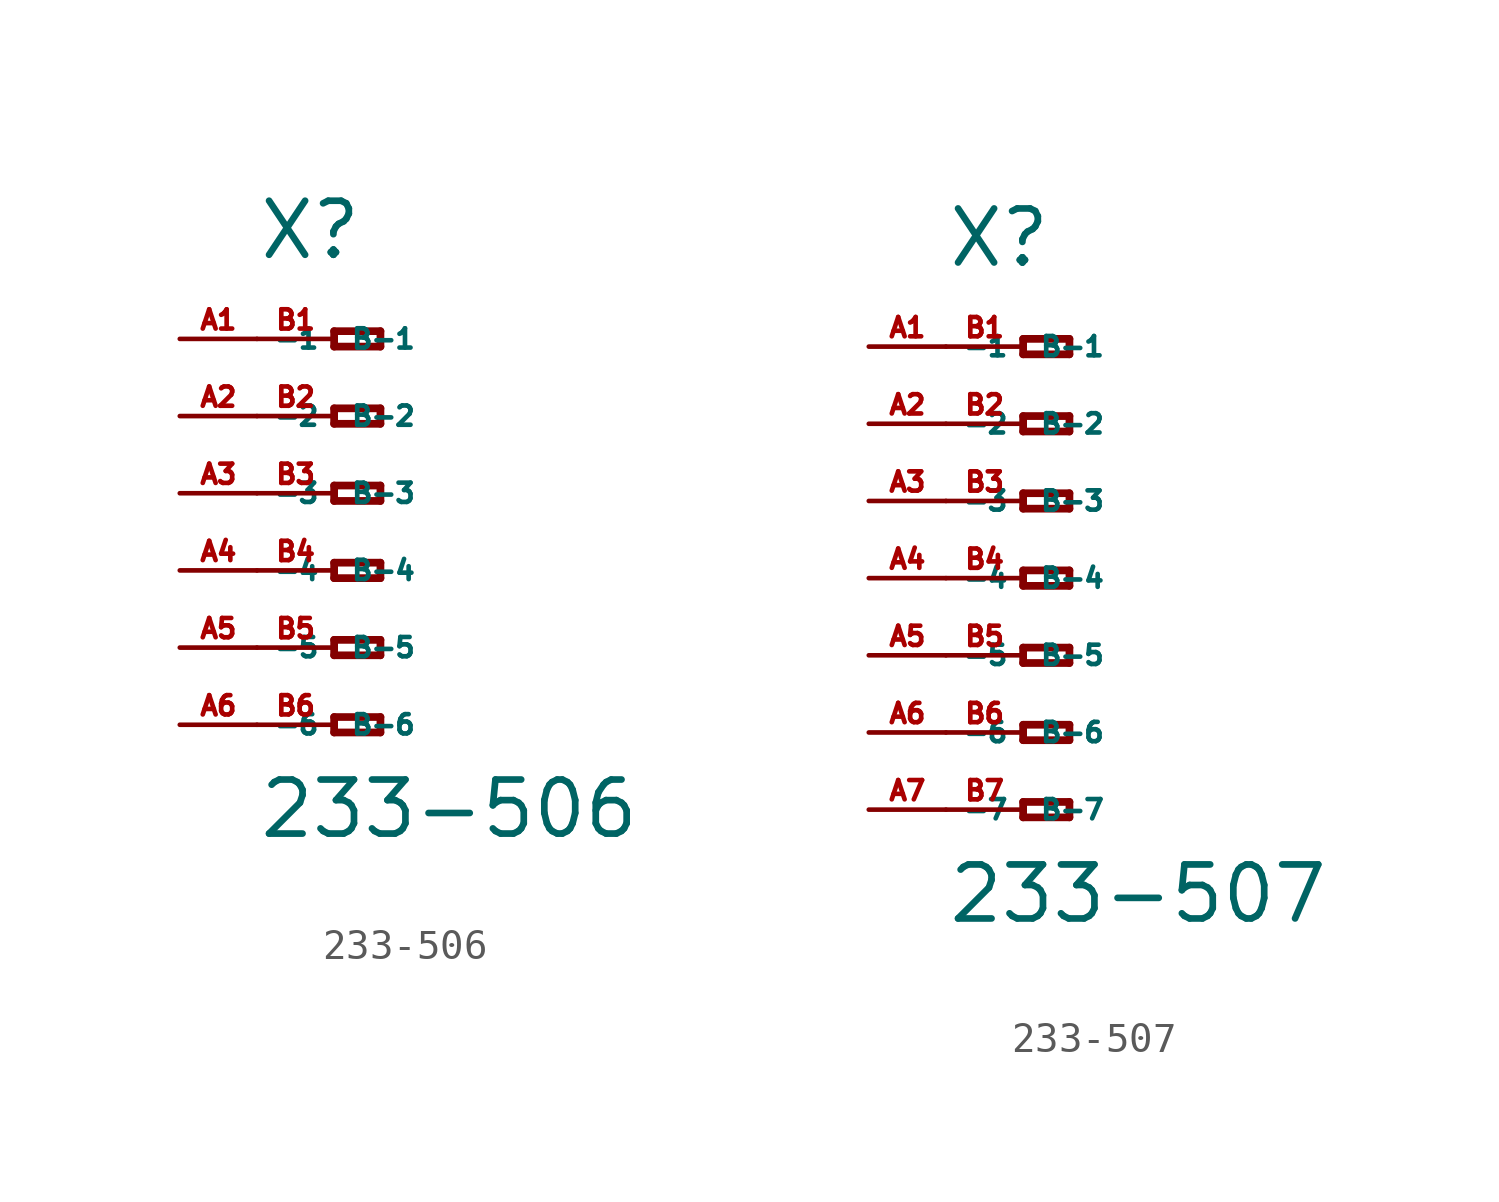
<source format=kicad_sym>
(kicad_symbol_lib
  (version 20220914)
  (generator Eagle2Kicad)
  (symbol "233-506"
    (property "Reference" "X"
      (at -5.08 7.62 0)
      (effects (font (size 1.778 1.778) (thickness 0.22)) (justify left bottom)))
    (property "Value" "233-506"
      (at -5.08 -11.43 0)
      (effects (font (size 1.778 1.778) (thickness 0.22)) (justify left bottom)))
    (polyline
      (pts (xy -2.54 5.334) (xy -2.54 4.826))
      (stroke (width 0.254) (type default))
      (fill (type none)))
    (polyline
      (pts (xy -2.54 4.826) (xy -1.016 4.826))
      (stroke (width 0.254) (type default))
      (fill (type none)))
    (polyline
      (pts (xy -1.016 4.826) (xy -1.016 5.334))
      (stroke (width 0.254) (type default))
      (fill (type none)))
    (polyline
      (pts (xy -1.016 5.334) (xy -2.54 5.334))
      (stroke (width 0.254) (type default))
      (fill (type none)))
    (polyline
      (pts (xy -2.54 2.794) (xy -2.54 2.286))
      (stroke (width 0.254) (type default))
      (fill (type none)))
    (polyline
      (pts (xy -2.54 2.286) (xy -1.016 2.286))
      (stroke (width 0.254) (type default))
      (fill (type none)))
    (polyline
      (pts (xy -1.016 2.286) (xy -1.016 2.794))
      (stroke (width 0.254) (type default))
      (fill (type none)))
    (polyline
      (pts (xy -1.016 2.794) (xy -2.54 2.794))
      (stroke (width 0.254) (type default))
      (fill (type none)))
    (polyline
      (pts (xy -2.54 0.254) (xy -2.54 -0.254))
      (stroke (width 0.254) (type default))
      (fill (type none)))
    (polyline
      (pts (xy -2.54 -0.254) (xy -1.016 -0.254))
      (stroke (width 0.254) (type default))
      (fill (type none)))
    (polyline
      (pts (xy -1.016 -0.254) (xy -1.016 0.254))
      (stroke (width 0.254) (type default))
      (fill (type none)))
    (polyline
      (pts (xy -1.016 0.254) (xy -2.54 0.254))
      (stroke (width 0.254) (type default))
      (fill (type none)))
    (polyline
      (pts (xy -2.54 -2.286) (xy -2.54 -2.794))
      (stroke (width 0.254) (type default))
      (fill (type none)))
    (polyline
      (pts (xy -2.54 -2.794) (xy -1.016 -2.794))
      (stroke (width 0.254) (type default))
      (fill (type none)))
    (polyline
      (pts (xy -1.016 -2.794) (xy -1.016 -2.286))
      (stroke (width 0.254) (type default))
      (fill (type none)))
    (polyline
      (pts (xy -1.016 -2.286) (xy -2.54 -2.286))
      (stroke (width 0.254) (type default))
      (fill (type none)))
    (polyline
      (pts (xy -2.54 -4.826) (xy -2.54 -5.334))
      (stroke (width 0.254) (type default))
      (fill (type none)))
    (polyline
      (pts (xy -2.54 -5.334) (xy -1.016 -5.334))
      (stroke (width 0.254) (type default))
      (fill (type none)))
    (polyline
      (pts (xy -1.016 -5.334) (xy -1.016 -4.826))
      (stroke (width 0.254) (type default))
      (fill (type none)))
    (polyline
      (pts (xy -1.016 -4.826) (xy -2.54 -4.826))
      (stroke (width 0.254) (type default))
      (fill (type none)))
    (polyline
      (pts (xy -2.54 -7.366) (xy -2.54 -7.874))
      (stroke (width 0.254) (type default))
      (fill (type none)))
    (polyline
      (pts (xy -2.54 -7.874) (xy -1.016 -7.874))
      (stroke (width 0.254) (type default))
      (fill (type none)))
    (polyline
      (pts (xy -1.016 -7.874) (xy -1.016 -7.366))
      (stroke (width 0.254) (type default))
      (fill (type none)))
    (polyline
      (pts (xy -1.016 -7.366) (xy -2.54 -7.366))
      (stroke (width 0.254) (type default))
      (fill (type none)))
    (pin passive line
      (at -7.62 5.08 0)
      (length 2.54)
      (name "-1" (effects (font (size 0.635 0.635) (thickness 0.08)) (justify left bottom)))
      (number "A1" (effects (font (size 0.635 0.635) (thickness 0.08)) (justify left bottom))))
    (pin passive line
      (at -7.62 2.54 0)
      (length 2.54)
      (name "-2" (effects (font (size 0.635 0.635) (thickness 0.08)) (justify left bottom)))
      (number "A2" (effects (font (size 0.635 0.635) (thickness 0.08)) (justify left bottom))))
    (pin passive line
      (at -7.62 0 0)
      (length 2.54)
      (name "-3" (effects (font (size 0.635 0.635) (thickness 0.08)) (justify left bottom)))
      (number "A3" (effects (font (size 0.635 0.635) (thickness 0.08)) (justify left bottom))))
    (pin passive line
      (at -7.62 -2.54 0)
      (length 2.54)
      (name "-4" (effects (font (size 0.635 0.635) (thickness 0.08)) (justify left bottom)))
      (number "A4" (effects (font (size 0.635 0.635) (thickness 0.08)) (justify left bottom))))
    (pin passive line
      (at -7.62 -5.08 0)
      (length 2.54)
      (name "-5" (effects (font (size 0.635 0.635) (thickness 0.08)) (justify left bottom)))
      (number "A5" (effects (font (size 0.635 0.635) (thickness 0.08)) (justify left bottom))))
    (pin passive line
      (at -7.62 -7.62 0)
      (length 2.54)
      (name "-6" (effects (font (size 0.635 0.635) (thickness 0.08)) (justify left bottom)))
      (number "A6" (effects (font (size 0.635 0.635) (thickness 0.08)) (justify left bottom))))
    (pin passive line
      (at -5.08 -7.62 0)
      (length 2.54)
      (name "B-6" (effects (font (size 0.635 0.635) (thickness 0.08)) (justify left bottom)))
      (number "B6" (effects (font (size 0.635 0.635) (thickness 0.08)) (justify left bottom))))
    (pin passive line
      (at -5.08 5.08 0)
      (length 2.54)
      (name "B-1" (effects (font (size 0.635 0.635) (thickness 0.08)) (justify left bottom)))
      (number "B1" (effects (font (size 0.635 0.635) (thickness 0.08)) (justify left bottom))))
    (pin passive line
      (at -5.08 2.54 0)
      (length 2.54)
      (name "B-2" (effects (font (size 0.635 0.635) (thickness 0.08)) (justify left bottom)))
      (number "B2" (effects (font (size 0.635 0.635) (thickness 0.08)) (justify left bottom))))
    (pin passive line
      (at -5.08 0 0)
      (length 2.54)
      (name "B-3" (effects (font (size 0.635 0.635) (thickness 0.08)) (justify left bottom)))
      (number "B3" (effects (font (size 0.635 0.635) (thickness 0.08)) (justify left bottom))))
    (pin passive line
      (at -5.08 -2.54 0)
      (length 2.54)
      (name "B-4" (effects (font (size 0.635 0.635) (thickness 0.08)) (justify left bottom)))
      (number "B4" (effects (font (size 0.635 0.635) (thickness 0.08)) (justify left bottom))))
    (pin passive line
      (at -5.08 -5.08 0)
      (length 2.54)
      (name "B-5" (effects (font (size 0.635 0.635) (thickness 0.08)) (justify left bottom)))
      (number "B5" (effects (font (size 0.635 0.635) (thickness 0.08)) (justify left bottom)))))
  (symbol "233-507"
    (property "Reference" "X"
      (at -5.08 10.16 0)
      (effects (font (size 1.778 1.778) (thickness 0.22)) (justify left bottom)))
    (property "Value" "233-507"
      (at -5.08 -11.43 0)
      (effects (font (size 1.778 1.778) (thickness 0.22)) (justify left bottom)))
    (polyline
      (pts (xy -2.54 7.874) (xy -2.54 7.366))
      (stroke (width 0.254) (type default))
      (fill (type none)))
    (polyline
      (pts (xy -2.54 7.366) (xy -1.016 7.366))
      (stroke (width 0.254) (type default))
      (fill (type none)))
    (polyline
      (pts (xy -1.016 7.366) (xy -1.016 7.874))
      (stroke (width 0.254) (type default))
      (fill (type none)))
    (polyline
      (pts (xy -1.016 7.874) (xy -2.54 7.874))
      (stroke (width 0.254) (type default))
      (fill (type none)))
    (polyline
      (pts (xy -2.54 5.334) (xy -2.54 4.826))
      (stroke (width 0.254) (type default))
      (fill (type none)))
    (polyline
      (pts (xy -2.54 4.826) (xy -1.016 4.826))
      (stroke (width 0.254) (type default))
      (fill (type none)))
    (polyline
      (pts (xy -1.016 4.826) (xy -1.016 5.334))
      (stroke (width 0.254) (type default))
      (fill (type none)))
    (polyline
      (pts (xy -1.016 5.334) (xy -2.54 5.334))
      (stroke (width 0.254) (type default))
      (fill (type none)))
    (polyline
      (pts (xy -2.54 2.794) (xy -2.54 2.286))
      (stroke (width 0.254) (type default))
      (fill (type none)))
    (polyline
      (pts (xy -2.54 2.286) (xy -1.016 2.286))
      (stroke (width 0.254) (type default))
      (fill (type none)))
    (polyline
      (pts (xy -1.016 2.286) (xy -1.016 2.794))
      (stroke (width 0.254) (type default))
      (fill (type none)))
    (polyline
      (pts (xy -1.016 2.794) (xy -2.54 2.794))
      (stroke (width 0.254) (type default))
      (fill (type none)))
    (polyline
      (pts (xy -2.54 0.254) (xy -2.54 -0.254))
      (stroke (width 0.254) (type default))
      (fill (type none)))
    (polyline
      (pts (xy -2.54 -0.254) (xy -1.016 -0.254))
      (stroke (width 0.254) (type default))
      (fill (type none)))
    (polyline
      (pts (xy -1.016 -0.254) (xy -1.016 0.254))
      (stroke (width 0.254) (type default))
      (fill (type none)))
    (polyline
      (pts (xy -1.016 0.254) (xy -2.54 0.254))
      (stroke (width 0.254) (type default))
      (fill (type none)))
    (polyline
      (pts (xy -2.54 -2.286) (xy -2.54 -2.794))
      (stroke (width 0.254) (type default))
      (fill (type none)))
    (polyline
      (pts (xy -2.54 -2.794) (xy -1.016 -2.794))
      (stroke (width 0.254) (type default))
      (fill (type none)))
    (polyline
      (pts (xy -1.016 -2.794) (xy -1.016 -2.286))
      (stroke (width 0.254) (type default))
      (fill (type none)))
    (polyline
      (pts (xy -1.016 -2.286) (xy -2.54 -2.286))
      (stroke (width 0.254) (type default))
      (fill (type none)))
    (polyline
      (pts (xy -2.54 -4.826) (xy -2.54 -5.334))
      (stroke (width 0.254) (type default))
      (fill (type none)))
    (polyline
      (pts (xy -2.54 -5.334) (xy -1.016 -5.334))
      (stroke (width 0.254) (type default))
      (fill (type none)))
    (polyline
      (pts (xy -1.016 -5.334) (xy -1.016 -4.826))
      (stroke (width 0.254) (type default))
      (fill (type none)))
    (polyline
      (pts (xy -1.016 -4.826) (xy -2.54 -4.826))
      (stroke (width 0.254) (type default))
      (fill (type none)))
    (polyline
      (pts (xy -2.54 -7.366) (xy -2.54 -7.874))
      (stroke (width 0.254) (type default))
      (fill (type none)))
    (polyline
      (pts (xy -2.54 -7.874) (xy -1.016 -7.874))
      (stroke (width 0.254) (type default))
      (fill (type none)))
    (polyline
      (pts (xy -1.016 -7.874) (xy -1.016 -7.366))
      (stroke (width 0.254) (type default))
      (fill (type none)))
    (polyline
      (pts (xy -1.016 -7.366) (xy -2.54 -7.366))
      (stroke (width 0.254) (type default))
      (fill (type none)))
    (pin passive line
      (at -7.62 7.62 0)
      (length 2.54)
      (name "-1" (effects (font (size 0.635 0.635) (thickness 0.08)) (justify left bottom)))
      (number "A1" (effects (font (size 0.635 0.635) (thickness 0.08)) (justify left bottom))))
    (pin passive line
      (at -7.62 5.08 0)
      (length 2.54)
      (name "-2" (effects (font (size 0.635 0.635) (thickness 0.08)) (justify left bottom)))
      (number "A2" (effects (font (size 0.635 0.635) (thickness 0.08)) (justify left bottom))))
    (pin passive line
      (at -7.62 2.54 0)
      (length 2.54)
      (name "-3" (effects (font (size 0.635 0.635) (thickness 0.08)) (justify left bottom)))
      (number "A3" (effects (font (size 0.635 0.635) (thickness 0.08)) (justify left bottom))))
    (pin passive line
      (at -7.62 0 0)
      (length 2.54)
      (name "-4" (effects (font (size 0.635 0.635) (thickness 0.08)) (justify left bottom)))
      (number "A4" (effects (font (size 0.635 0.635) (thickness 0.08)) (justify left bottom))))
    (pin passive line
      (at -7.62 -2.54 0)
      (length 2.54)
      (name "-5" (effects (font (size 0.635 0.635) (thickness 0.08)) (justify left bottom)))
      (number "A5" (effects (font (size 0.635 0.635) (thickness 0.08)) (justify left bottom))))
    (pin passive line
      (at -7.62 -5.08 0)
      (length 2.54)
      (name "-6" (effects (font (size 0.635 0.635) (thickness 0.08)) (justify left bottom)))
      (number "A6" (effects (font (size 0.635 0.635) (thickness 0.08)) (justify left bottom))))
    (pin passive line
      (at -7.62 -7.62 0)
      (length 2.54)
      (name "-7" (effects (font (size 0.635 0.635) (thickness 0.08)) (justify left bottom)))
      (number "A7" (effects (font (size 0.635 0.635) (thickness 0.08)) (justify left bottom))))
    (pin passive line
      (at -5.08 -7.62 0)
      (length 2.54)
      (name "B-7" (effects (font (size 0.635 0.635) (thickness 0.08)) (justify left bottom)))
      (number "B7" (effects (font (size 0.635 0.635) (thickness 0.08)) (justify left bottom))))
    (pin passive line
      (at -5.08 7.62 0)
      (length 2.54)
      (name "B-1" (effects (font (size 0.635 0.635) (thickness 0.08)) (justify left bottom)))
      (number "B1" (effects (font (size 0.635 0.635) (thickness 0.08)) (justify left bottom))))
    (pin passive line
      (at -5.08 5.08 0)
      (length 2.54)
      (name "B-2" (effects (font (size 0.635 0.635) (thickness 0.08)) (justify left bottom)))
      (number "B2" (effects (font (size 0.635 0.635) (thickness 0.08)) (justify left bottom))))
    (pin passive line
      (at -5.08 2.54 0)
      (length 2.54)
      (name "B-3" (effects (font (size 0.635 0.635) (thickness 0.08)) (justify left bottom)))
      (number "B3" (effects (font (size 0.635 0.635) (thickness 0.08)) (justify left bottom))))
    (pin passive line
      (at -5.08 0 0)
      (length 2.54)
      (name "B-4" (effects (font (size 0.635 0.635) (thickness 0.08)) (justify left bottom)))
      (number "B4" (effects (font (size 0.635 0.635) (thickness 0.08)) (justify left bottom))))
    (pin passive line
      (at -5.08 -2.54 0)
      (length 2.54)
      (name "B-5" (effects (font (size 0.635 0.635) (thickness 0.08)) (justify left bottom)))
      (number "B5" (effects (font (size 0.635 0.635) (thickness 0.08)) (justify left bottom))))
    (pin passive line
      (at -5.08 -5.08 0)
      (length 2.54)
      (name "B-6" (effects (font (size 0.635 0.635) (thickness 0.08)) (justify left bottom)))
      (number "B6" (effects (font (size 0.635 0.635) (thickness 0.08)) (justify left bottom))))))
</source>
